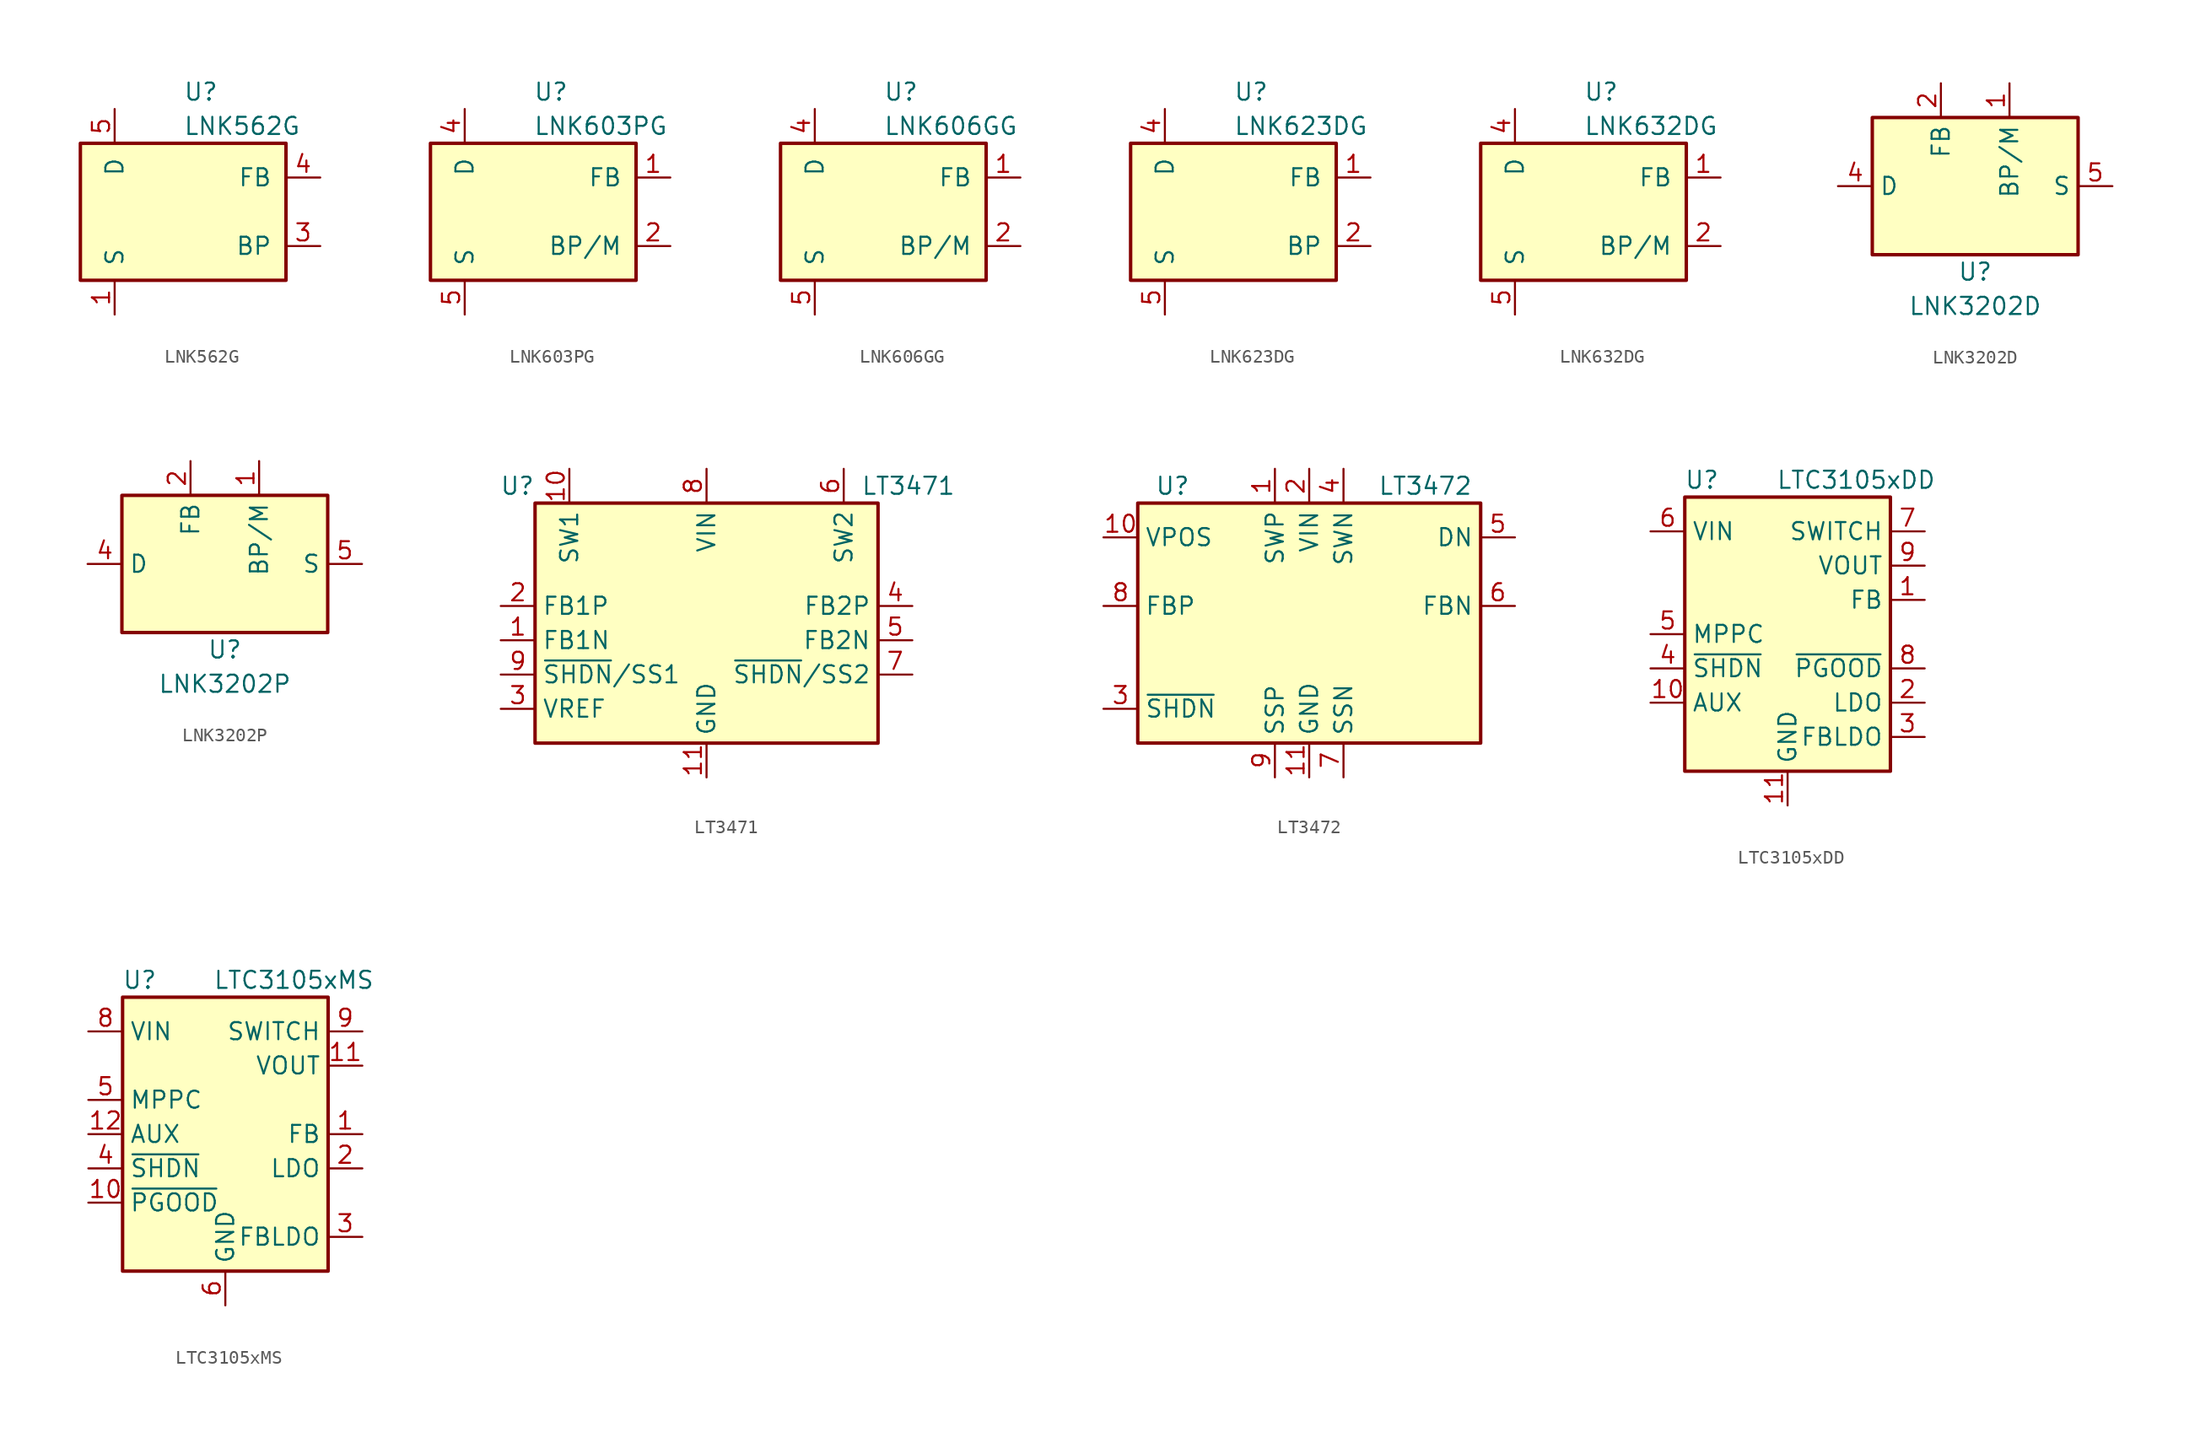
<source format=kicad_sym>
(kicad_symbol_lib
  (version 20201005)
  (generator kicad_symbol_editor)
  (symbol "LNK562G"
    (pin_names
      (offset 1.016))
    (property "Reference" "U"
      (at 0 8.89 0)
      (effects (font (size 1.27 1.27)) (justify left)))
    (property "Value" "LNK562G"
      (at 0 6.35 0)
      (effects (font (size 1.27 1.27)) (justify left)))
    (symbol "LNK562G_0_1"
      (rectangle (start -7.62 5.08) (end 7.62 -5.08) (stroke (width 0.254)) (fill (type background))))
    (symbol "LNK562G_1_1"
      (pin power_in line (at -5.08 -7.62 90) (length 2.54) (name "S" (effects (font (size 1.27 1.27)))) (number "1" (effects (font (size 1.27 1.27)))))
      (pin passive line (at -5.08 -7.62 90) (length 2.54) hide (name "S" (effects (font (size 1.27 1.27)))) (number "2" (effects (font (size 1.27 1.27)))))
      (pin input line (at 10.16 -2.54 180) (length 2.54) (name "BP" (effects (font (size 1.27 1.27)))) (number "3" (effects (font (size 1.27 1.27)))))
      (pin input line (at 10.16 2.54 180) (length 2.54) (name "FB" (effects (font (size 1.27 1.27)))) (number "4" (effects (font (size 1.27 1.27)))))
      (pin open_collector line (at -5.08 7.62 270) (length 2.54) (name "D" (effects (font (size 1.27 1.27)))) (number "5" (effects (font (size 1.27 1.27)))))
      (pin passive line (at -5.08 -7.62 90) (length 2.54) hide (name "S" (effects (font (size 1.27 1.27)))) (number "7" (effects (font (size 1.27 1.27)))))
      (pin passive line (at -5.08 -7.62 90) (length 2.54) hide (name "S" (effects (font (size 1.27 1.27)))) (number "8" (effects (font (size 1.27 1.27)))))))
  (symbol "LNK603PG"
    (pin_names
      (offset 1.016))
    (property "Reference" "U"
      (at 0 8.89 0)
      (effects (font (size 1.27 1.27)) (justify left)))
    (property "Value" "LNK603PG"
      (at 0 6.35 0)
      (effects (font (size 1.27 1.27)) (justify left)))
    (symbol "LNK603PG_0_1"
      (rectangle (start -7.62 5.08) (end 7.62 -5.08) (stroke (width 0.254)) (fill (type background))))
    (symbol "LNK603PG_1_1"
      (pin input line (at 10.16 2.54 180) (length 2.54) (name "FB" (effects (font (size 1.27 1.27)))) (number "1" (effects (font (size 1.27 1.27)))))
      (pin input line (at 10.16 -2.54 180) (length 2.54) (name "BP/M" (effects (font (size 1.27 1.27)))) (number "2" (effects (font (size 1.27 1.27)))))
      (pin open_collector line (at -5.08 7.62 270) (length 2.54) (name "D" (effects (font (size 1.27 1.27)))) (number "4" (effects (font (size 1.27 1.27)))))
      (pin power_in line (at -5.08 -7.62 90) (length 2.54) (name "S" (effects (font (size 1.27 1.27)))) (number "5" (effects (font (size 1.27 1.27)))))
      (pin passive line (at -5.08 -7.62 90) (length 2.54) hide (name "S" (effects (font (size 1.27 1.27)))) (number "6" (effects (font (size 1.27 1.27)))))
      (pin passive line (at -5.08 -7.62 90) (length 2.54) hide (name "S" (effects (font (size 1.27 1.27)))) (number "7" (effects (font (size 1.27 1.27)))))
      (pin passive line (at -5.08 -7.62 90) (length 2.54) hide (name "S" (effects (font (size 1.27 1.27)))) (number "8" (effects (font (size 1.27 1.27)))))))
  (symbol "LNK606GG"
    (pin_names
      (offset 1.016))
    (property "Reference" "U"
      (at 0 8.89 0)
      (effects (font (size 1.27 1.27)) (justify left)))
    (property "Value" "LNK606GG"
      (at 0 6.35 0)
      (effects (font (size 1.27 1.27)) (justify left)))
    (symbol "LNK606GG_0_1"
      (rectangle (start -7.62 5.08) (end 7.62 -5.08) (stroke (width 0.254)) (fill (type background))))
    (symbol "LNK606GG_1_1"
      (pin input line (at 10.16 2.54 180) (length 2.54) (name "FB" (effects (font (size 1.27 1.27)))) (number "1" (effects (font (size 1.27 1.27)))))
      (pin input line (at 10.16 -2.54 180) (length 2.54) (name "BP/M" (effects (font (size 1.27 1.27)))) (number "2" (effects (font (size 1.27 1.27)))))
      (pin open_collector line (at -5.08 7.62 270) (length 2.54) (name "D" (effects (font (size 1.27 1.27)))) (number "4" (effects (font (size 1.27 1.27)))))
      (pin power_in line (at -5.08 -7.62 90) (length 2.54) (name "S" (effects (font (size 1.27 1.27)))) (number "5" (effects (font (size 1.27 1.27)))))
      (pin passive line (at -5.08 -7.62 90) (length 2.54) hide (name "S" (effects (font (size 1.27 1.27)))) (number "6" (effects (font (size 1.27 1.27)))))
      (pin passive line (at -5.08 -7.62 90) (length 2.54) hide (name "S" (effects (font (size 1.27 1.27)))) (number "7" (effects (font (size 1.27 1.27)))))
      (pin passive line (at -5.08 -7.62 90) (length 2.54) hide (name "S" (effects (font (size 1.27 1.27)))) (number "8" (effects (font (size 1.27 1.27)))))))
  (symbol "LNK623DG"
    (pin_names
      (offset 1.016))
    (property "Reference" "U"
      (at 0 8.89 0)
      (effects (font (size 1.27 1.27)) (justify left)))
    (property "Value" "LNK623DG"
      (at 0 6.35 0)
      (effects (font (size 1.27 1.27)) (justify left)))
    (symbol "LNK623DG_0_1"
      (rectangle (start -7.62 5.08) (end 7.62 -5.08) (stroke (width 0.254)) (fill (type background))))
    (symbol "LNK623DG_1_1"
      (pin input line (at 10.16 2.54 180) (length 2.54) (name "FB" (effects (font (size 1.27 1.27)))) (number "1" (effects (font (size 1.27 1.27)))))
      (pin input line (at 10.16 -2.54 180) (length 2.54) (name "BP" (effects (font (size 1.27 1.27)))) (number "2" (effects (font (size 1.27 1.27)))))
      (pin open_collector line (at -5.08 7.62 270) (length 2.54) (name "D" (effects (font (size 1.27 1.27)))) (number "4" (effects (font (size 1.27 1.27)))))
      (pin power_in line (at -5.08 -7.62 90) (length 2.54) (name "S" (effects (font (size 1.27 1.27)))) (number "5" (effects (font (size 1.27 1.27)))))
      (pin passive line (at -5.08 -7.62 90) (length 2.54) hide (name "S" (effects (font (size 1.27 1.27)))) (number "6" (effects (font (size 1.27 1.27)))))
      (pin passive line (at -5.08 -7.62 90) (length 2.54) hide (name "S" (effects (font (size 1.27 1.27)))) (number "7" (effects (font (size 1.27 1.27)))))
      (pin passive line (at -5.08 -7.62 90) (length 2.54) hide (name "S" (effects (font (size 1.27 1.27)))) (number "8" (effects (font (size 1.27 1.27)))))))
  (symbol "LNK632DG"
    (pin_names
      (offset 1.016))
    (property "Reference" "U"
      (at 0 8.89 0)
      (effects (font (size 1.27 1.27)) (justify left)))
    (property "Value" "LNK632DG"
      (at 0 6.35 0)
      (effects (font (size 1.27 1.27)) (justify left)))
    (symbol "LNK632DG_0_1"
      (rectangle (start -7.62 5.08) (end 7.62 -5.08) (stroke (width 0.254)) (fill (type background))))
    (symbol "LNK632DG_1_1"
      (pin input line (at 10.16 2.54 180) (length 2.54) (name "FB" (effects (font (size 1.27 1.27)))) (number "1" (effects (font (size 1.27 1.27)))))
      (pin input line (at 10.16 -2.54 180) (length 2.54) (name "BP/M" (effects (font (size 1.27 1.27)))) (number "2" (effects (font (size 1.27 1.27)))))
      (pin open_collector line (at -5.08 7.62 270) (length 2.54) (name "D" (effects (font (size 1.27 1.27)))) (number "4" (effects (font (size 1.27 1.27)))))
      (pin power_in line (at -5.08 -7.62 90) (length 2.54) (name "S" (effects (font (size 1.27 1.27)))) (number "5" (effects (font (size 1.27 1.27)))))
      (pin passive line (at -5.08 -7.62 90) (length 2.54) hide (name "S" (effects (font (size 1.27 1.27)))) (number "6" (effects (font (size 1.27 1.27)))))
      (pin passive line (at -5.08 -7.62 90) (length 2.54) hide (name "S" (effects (font (size 1.27 1.27)))) (number "7" (effects (font (size 1.27 1.27)))))
      (pin passive line (at -5.08 -7.62 90) (length 2.54) hide (name "S" (effects (font (size 1.27 1.27)))) (number "8" (effects (font (size 1.27 1.27)))))))
  (symbol "LNK3202D"
    (property "Reference" "U"
      (at 0 -6.35 0)
      (effects (font (size 1.27 1.27))))
    (property "Value" "LNK3202D"
      (at 0 -8.89 0)
      (effects (font (size 1.27 1.27))))
    (symbol "LNK3202D_0_1"
      (rectangle (start -7.62 5.08) (end 7.62 -5.08) (stroke (width 0.254)) (fill (type background))))
    (symbol "LNK3202D_1_1"
      (pin input line (at 2.54 7.62 270) (length 2.54) (name "BP/M" (effects (font (size 1.27 1.27)))) (number "1" (effects (font (size 1.27 1.27)))))
      (pin input line (at -2.54 7.62 270) (length 2.54) (name "FB" (effects (font (size 1.27 1.27)))) (number "2" (effects (font (size 1.27 1.27)))))
      (pin open_collector line (at -10.16 0 0) (length 2.54) (name "D" (effects (font (size 1.27 1.27)))) (number "4" (effects (font (size 1.27 1.27)))))
      (pin power_in line (at 10.16 0 180) (length 2.54) (name "S" (effects (font (size 1.27 1.27)))) (number "5" (effects (font (size 1.27 1.27)))))
      (pin passive line (at 10.16 0 180) (length 2.54) hide (name "S" (effects (font (size 1.27 1.27)))) (number "6" (effects (font (size 1.27 1.27)))))
      (pin passive line (at 10.16 0 180) (length 2.54) hide (name "S" (effects (font (size 1.27 1.27)))) (number "7" (effects (font (size 1.27 1.27)))))
      (pin passive line (at 10.16 0 180) (length 2.54) hide (name "S" (effects (font (size 1.27 1.27)))) (number "8" (effects (font (size 1.27 1.27)))))))
  (symbol "LNK3202P"
    (property "Reference" "U"
      (at 0 -6.35 0)
      (effects (font (size 1.27 1.27))))
    (property "Value" "LNK3202P"
      (at 0 -8.89 0)
      (effects (font (size 1.27 1.27))))
    (symbol "LNK3202P_0_1"
      (rectangle (start -7.62 5.08) (end 7.62 -5.08) (stroke (width 0.254)) (fill (type background))))
    (symbol "LNK3202P_1_1"
      (pin input line (at 2.54 7.62 270) (length 2.54) (name "BP/M" (effects (font (size 1.27 1.27)))) (number "1" (effects (font (size 1.27 1.27)))))
      (pin input line (at -2.54 7.62 270) (length 2.54) (name "FB" (effects (font (size 1.27 1.27)))) (number "2" (effects (font (size 1.27 1.27)))))
      (pin open_collector line (at -10.16 0 0) (length 2.54) (name "D" (effects (font (size 1.27 1.27)))) (number "4" (effects (font (size 1.27 1.27)))))
      (pin power_in line (at 10.16 0 180) (length 2.54) (name "S" (effects (font (size 1.27 1.27)))) (number "5" (effects (font (size 1.27 1.27)))))
      (pin passive line (at 10.16 0 180) (length 2.54) hide (name "S" (effects (font (size 1.27 1.27)))) (number "6" (effects (font (size 1.27 1.27)))))
      (pin passive line (at 10.16 0 180) (length 2.54) hide (name "S" (effects (font (size 1.27 1.27)))) (number "7" (effects (font (size 1.27 1.27)))))
      (pin passive line (at 10.16 0 180) (length 2.54) hide (name "S" (effects (font (size 1.27 1.27)))) (number "8" (effects (font (size 1.27 1.27)))))))
  (symbol "LT3471"
    (property "Reference" "U"
      (at -12.7 11.43 0)
      (effects (font (size 1.27 1.27)) (justify right)))
    (property "Value" "LT3471"
      (at 11.43 11.43 0)
      (effects (font (size 1.27 1.27)) (justify left)))
    (symbol "LT3471_0_1"
      (rectangle (start -12.7 10.16) (end 12.7 -7.62) (stroke (width 0.254)) (fill (type background))))
    (symbol "LT3471_1_1"
      (pin input line (at -15.24 0 0) (length 2.54) (name "FB1N" (effects (font (size 1.27 1.27)))) (number "1" (effects (font (size 1.27 1.27)))))
      (pin passive line (at -10.16 12.7 270) (length 2.54) (name "SW1" (effects (font (size 1.27 1.27)))) (number "10" (effects (font (size 1.27 1.27)))))
      (pin power_in line (at 0 -10.16 90) (length 2.54) (name "GND" (effects (font (size 1.27 1.27)))) (number "11" (effects (font (size 1.27 1.27)))))
      (pin input line (at -15.24 2.54 0) (length 2.54) (name "FB1P" (effects (font (size 1.27 1.27)))) (number "2" (effects (font (size 1.27 1.27)))))
      (pin power_out line (at -15.24 -5.08 0) (length 2.54) (name "VREF" (effects (font (size 1.27 1.27)))) (number "3" (effects (font (size 1.27 1.27)))))
      (pin input line (at 15.24 2.54 180) (length 2.54) (name "FB2P" (effects (font (size 1.27 1.27)))) (number "4" (effects (font (size 1.27 1.27)))))
      (pin input line (at 15.24 0 180) (length 2.54) (name "FB2N" (effects (font (size 1.27 1.27)))) (number "5" (effects (font (size 1.27 1.27)))))
      (pin passive line (at 10.16 12.7 270) (length 2.54) (name "SW2" (effects (font (size 1.27 1.27)))) (number "6" (effects (font (size 1.27 1.27)))))
      (pin input line (at 15.24 -2.54 180) (length 2.54) (name "~SHDN~/SS2" (effects (font (size 1.27 1.27)))) (number "7" (effects (font (size 1.27 1.27)))))
      (pin power_in line (at 0 12.7 270) (length 2.54) (name "VIN" (effects (font (size 1.27 1.27)))) (number "8" (effects (font (size 1.27 1.27)))))
      (pin input line (at -15.24 -2.54 0) (length 2.54) (name "~SHDN~/SS1" (effects (font (size 1.27 1.27)))) (number "9" (effects (font (size 1.27 1.27)))))))
  (symbol "LT3472"
    (property "Reference" "U"
      (at -11.43 8.89 0)
      (effects (font (size 1.27 1.27)) (justify left)))
    (property "Value" "LT3472"
      (at 5.08 8.89 0)
      (effects (font (size 1.27 1.27)) (justify left)))
    (symbol "LT3472_0_1"
      (rectangle (start -12.7 7.62) (end 12.7 -10.16) (stroke (width 0.254)) (fill (type background))))
    (symbol "LT3472_1_1"
      (pin power_in line (at -2.54 10.16 270) (length 2.54) (name "SWP" (effects (font (size 1.27 1.27)))) (number "1" (effects (font (size 1.27 1.27)))))
      (pin output line (at -15.24 5.08 0) (length 2.54) (name "VPOS" (effects (font (size 1.27 1.27)))) (number "10" (effects (font (size 1.27 1.27)))))
      (pin power_in line (at 0 -12.7 90) (length 2.54) (name "GND" (effects (font (size 1.27 1.27)))) (number "11" (effects (font (size 1.27 1.27)))))
      (pin power_in line (at 0 10.16 270) (length 2.54) (name "VIN" (effects (font (size 1.27 1.27)))) (number "2" (effects (font (size 1.27 1.27)))))
      (pin input line (at -15.24 -7.62 0) (length 2.54) (name "~SHDN" (effects (font (size 1.27 1.27)))) (number "3" (effects (font (size 1.27 1.27)))))
      (pin power_in line (at 2.54 10.16 270) (length 2.54) (name "SWN" (effects (font (size 1.27 1.27)))) (number "4" (effects (font (size 1.27 1.27)))))
      (pin input line (at 15.24 5.08 180) (length 2.54) (name "DN" (effects (font (size 1.27 1.27)))) (number "5" (effects (font (size 1.27 1.27)))))
      (pin input line (at 15.24 0 180) (length 2.54) (name "FBN" (effects (font (size 1.27 1.27)))) (number "6" (effects (font (size 1.27 1.27)))))
      (pin power_in line (at 2.54 -12.7 90) (length 2.54) (name "SSN" (effects (font (size 1.27 1.27)))) (number "7" (effects (font (size 1.27 1.27)))))
      (pin input line (at -15.24 0 0) (length 2.54) (name "FBP" (effects (font (size 1.27 1.27)))) (number "8" (effects (font (size 1.27 1.27)))))
      (pin power_in line (at -2.54 -12.7 90) (length 2.54) (name "SSP" (effects (font (size 1.27 1.27)))) (number "9" (effects (font (size 1.27 1.27)))))))
  (symbol "LTC3105xDD"
    (property "Reference" "U"
      (at -6.35 11.43 0)
      (effects (font (size 1.27 1.27))))
    (property "Value" "LTC3105xDD"
      (at 5.08 11.43 0)
      (effects (font (size 1.27 1.27))))
    (symbol "LTC3105xDD_0_0"
      (pin input line (at 10.16 2.54 180) (length 2.54) (name "FB" (effects (font (size 1.27 1.27)))) (number "1" (effects (font (size 1.27 1.27)))))
      (pin power_out line (at -10.16 -5.08 0) (length 2.54) (name "AUX" (effects (font (size 1.27 1.27)))) (number "10" (effects (font (size 1.27 1.27)))))
      (pin power_in line (at 0 -12.7 90) (length 2.54) (name "GND" (effects (font (size 1.27 1.27)))) (number "11" (effects (font (size 1.27 1.27)))))
      (pin power_out line (at 10.16 -5.08 180) (length 2.54) (name "LDO" (effects (font (size 1.27 1.27)))) (number "2" (effects (font (size 1.27 1.27)))))
      (pin input line (at 10.16 -7.62 180) (length 2.54) (name "FBLDO" (effects (font (size 1.27 1.27)))) (number "3" (effects (font (size 1.27 1.27)))))
      (pin input line (at -10.16 -2.54 0) (length 2.54) (name "~SHDN" (effects (font (size 1.27 1.27)))) (number "4" (effects (font (size 1.27 1.27)))))
      (pin output line (at -10.16 0 0) (length 2.54) (name "MPPC" (effects (font (size 1.27 1.27)))) (number "5" (effects (font (size 1.27 1.27)))))
      (pin power_in line (at -10.16 7.62 0) (length 2.54) (name "VIN" (effects (font (size 1.27 1.27)))) (number "6" (effects (font (size 1.27 1.27)))))
      (pin output line (at 10.16 7.62 180) (length 2.54) (name "SWITCH" (effects (font (size 1.27 1.27)))) (number "7" (effects (font (size 1.27 1.27)))))
      (pin open_collector line (at 10.16 -2.54 180) (length 2.54) (name "~PGOOD" (effects (font (size 1.27 1.27)))) (number "8" (effects (font (size 1.27 1.27)))))
      (pin power_out line (at 10.16 5.08 180) (length 2.54) (name "VOUT" (effects (font (size 1.27 1.27)))) (number "9" (effects (font (size 1.27 1.27))))))
    (symbol "LTC3105xDD_0_1"
      (rectangle (start -7.62 -10.16) (end 7.62 10.16) (stroke (width 0.254)) (fill (type background)))))
  (symbol "LTC3105xMS"
    (property "Reference" "U"
      (at -6.35 11.43 0)
      (effects (font (size 1.27 1.27))))
    (property "Value" "LTC3105xMS"
      (at 5.08 11.43 0)
      (effects (font (size 1.27 1.27))))
    (symbol "LTC3105xMS_0_0"
      (pin input line (at 10.16 0 180) (length 2.54) (name "FB" (effects (font (size 1.27 1.27)))) (number "1" (effects (font (size 1.27 1.27)))))
      (pin open_collector line (at -10.16 -5.08 0) (length 2.54) (name "~PGOOD" (effects (font (size 1.27 1.27)))) (number "10" (effects (font (size 1.27 1.27)))))
      (pin power_out line (at 10.16 5.08 180) (length 2.54) (name "VOUT" (effects (font (size 1.27 1.27)))) (number "11" (effects (font (size 1.27 1.27)))))
      (pin output line (at -10.16 0 0) (length 2.54) (name "AUX" (effects (font (size 1.27 1.27)))) (number "12" (effects (font (size 1.27 1.27)))))
      (pin output line (at 10.16 -2.54 180) (length 2.54) (name "LDO" (effects (font (size 1.27 1.27)))) (number "2" (effects (font (size 1.27 1.27)))))
      (pin input line (at 10.16 -7.62 180) (length 2.54) (name "FBLDO" (effects (font (size 1.27 1.27)))) (number "3" (effects (font (size 1.27 1.27)))))
      (pin input line (at -10.16 -2.54 0) (length 2.54) (name "~SHDN" (effects (font (size 1.27 1.27)))) (number "4" (effects (font (size 1.27 1.27)))))
      (pin input line (at -10.16 2.54 0) (length 2.54) (name "MPPC" (effects (font (size 1.27 1.27)))) (number "5" (effects (font (size 1.27 1.27)))))
      (pin power_in line (at 0 -12.7 90) (length 2.54) (name "GND" (effects (font (size 1.27 1.27)))) (number "6" (effects (font (size 1.27 1.27)))))
      (pin passive line (at 0 -12.7 90) (length 2.54) hide (name "GND" (effects (font (size 1.27 1.27)))) (number "7" (effects (font (size 1.27 1.27)))))
      (pin power_in line (at -10.16 7.62 0) (length 2.54) (name "VIN" (effects (font (size 1.27 1.27)))) (number "8" (effects (font (size 1.27 1.27)))))
      (pin passive line (at 10.16 7.62 180) (length 2.54) (name "SWITCH" (effects (font (size 1.27 1.27)))) (number "9" (effects (font (size 1.27 1.27))))))
    (symbol "LTC3105xMS_0_1"
      (rectangle (start -7.62 -10.16) (end 7.62 10.16) (stroke (width 0.254)) (fill (type background))))))
</source>
